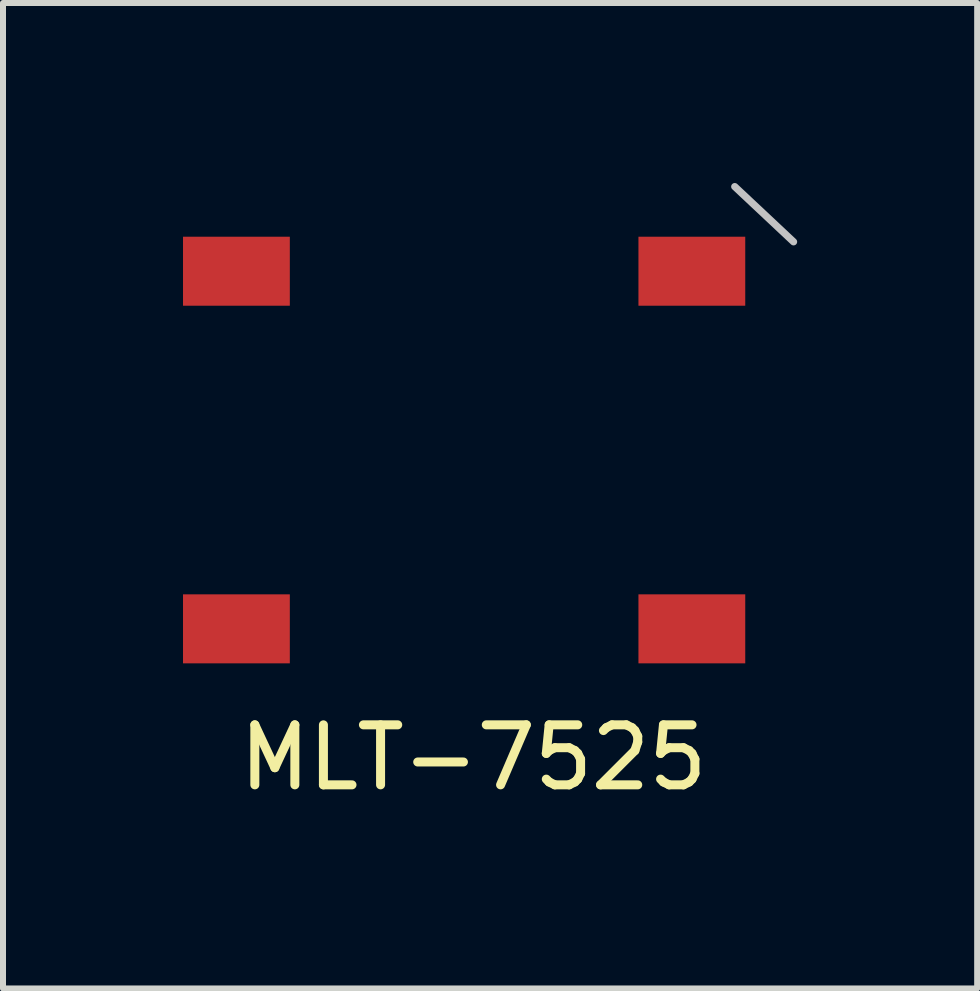
<source format=kicad_pcb>
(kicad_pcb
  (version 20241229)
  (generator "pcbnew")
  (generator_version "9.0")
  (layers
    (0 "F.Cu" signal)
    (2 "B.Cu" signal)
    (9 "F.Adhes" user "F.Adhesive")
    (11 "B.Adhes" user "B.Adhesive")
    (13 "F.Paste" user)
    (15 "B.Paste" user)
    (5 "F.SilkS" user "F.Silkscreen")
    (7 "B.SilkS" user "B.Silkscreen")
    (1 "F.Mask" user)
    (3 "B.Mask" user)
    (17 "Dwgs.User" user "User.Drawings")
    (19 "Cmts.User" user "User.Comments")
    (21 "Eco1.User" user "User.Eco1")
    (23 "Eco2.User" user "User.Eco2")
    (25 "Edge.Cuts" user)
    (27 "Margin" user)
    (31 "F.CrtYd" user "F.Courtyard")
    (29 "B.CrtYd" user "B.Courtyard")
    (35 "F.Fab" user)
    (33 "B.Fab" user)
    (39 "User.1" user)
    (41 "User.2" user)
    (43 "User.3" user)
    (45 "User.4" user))
  (footprint "MLT-7525"
    (layer "F.Cu")
    (at 4.865 4.45)
    (property "Reference" "MLT-7525" (at -0.025 5.125 0) (layer "F.SilkS") (effects (font (size 1 1) (thickness 0.15))))
    (attr through_hole)
    (fp_line (start 5.31 -3.47) (end 4.33 -4.39) (stroke (width 0.12) (type solid)) (layer "Dwgs.User"))
    (pad "1" smd rect (at -3.975 -2.98) (size 1.78 1.15) (layers "F.Cu" "F.Mask" "F.Paste"))
    (pad "2" smd rect (at -3.975 2.98) (size 1.78 1.15) (layers "F.Cu" "F.Mask" "F.Paste"))
    (pad "3" smd rect (at 3.615 2.98) (size 1.78 1.15) (layers "F.Cu" "F.Mask" "F.Paste"))
    (pad "4" smd rect (at 3.615 -2.98) (size 1.78 1.15) (layers "F.Cu" "F.Mask" "F.Paste")))
  (gr_rect
    (start -3 -3)
    (end 13.235 13.423)
    (stroke (width 0.1) (type default))
    (fill no)
    (layer "Edge.Cuts")))
</source>
